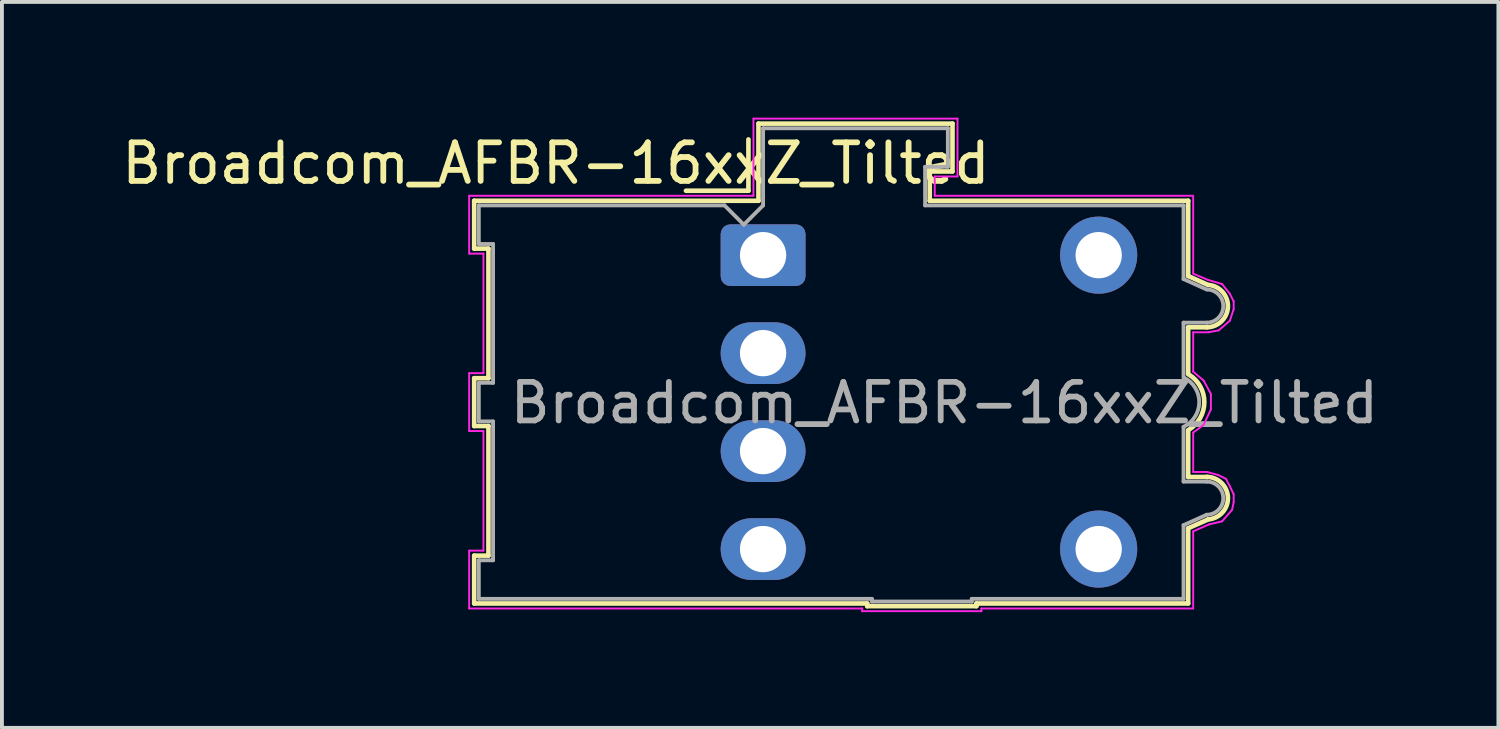
<source format=kicad_pcb>
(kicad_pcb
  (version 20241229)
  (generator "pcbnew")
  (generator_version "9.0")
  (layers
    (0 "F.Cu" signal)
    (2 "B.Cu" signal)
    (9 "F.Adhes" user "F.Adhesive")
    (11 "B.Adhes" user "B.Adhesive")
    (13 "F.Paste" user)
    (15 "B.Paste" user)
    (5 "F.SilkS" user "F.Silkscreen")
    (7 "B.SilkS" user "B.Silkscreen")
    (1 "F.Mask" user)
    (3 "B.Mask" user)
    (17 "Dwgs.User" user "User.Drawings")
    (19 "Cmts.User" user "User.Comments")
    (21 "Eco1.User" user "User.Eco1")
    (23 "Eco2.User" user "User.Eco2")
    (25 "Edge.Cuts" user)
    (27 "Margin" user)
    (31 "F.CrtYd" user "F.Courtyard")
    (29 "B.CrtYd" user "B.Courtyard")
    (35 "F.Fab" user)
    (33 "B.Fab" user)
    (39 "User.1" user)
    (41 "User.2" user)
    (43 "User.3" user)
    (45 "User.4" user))
  (footprint "Broadcom_AFBR-16xxZ_Tilted"
    (layer "F.Cu")
    (at 16.733 3.565)
    (property "Reference" "Broadcom_AFBR-16xxZ_Tilted" (at -5.37 -2.38 0) (layer "F.SilkS") (effects (font (size 1 1) (thickness 0.15))))
    (attr through_hole)
    (fp_line (start -7.49 -1.41) (end -0.12 -1.41) (stroke (width 0.12) (type solid)) (layer "F.SilkS"))
    (fp_line (start -7.49 -0.17) (end -7.49 -1.41) (stroke (width 0.12) (type solid)) (layer "F.SilkS"))
    (fp_line (start -7.49 3.19) (end -7.12 3.19) (stroke (width 0.12) (type solid)) (layer "F.SilkS"))
    (fp_line (start -7.49 4.43) (end -7.49 3.19) (stroke (width 0.12) (type solid)) (layer "F.SilkS"))
    (fp_line (start -7.49 7.79) (end -7.12 7.79) (stroke (width 0.12) (type solid)) (layer "F.SilkS"))
    (fp_line (start -7.49 9.03) (end -7.49 7.79) (stroke (width 0.12) (type solid)) (layer "F.SilkS"))
    (fp_line (start -7.12 -0.17) (end -7.49 -0.17) (stroke (width 0.12) (type solid)) (layer "F.SilkS"))
    (fp_line (start -7.12 3.19) (end -7.12 -0.17) (stroke (width 0.12) (type solid)) (layer "F.SilkS"))
    (fp_line (start -7.12 4.43) (end -7.49 4.43) (stroke (width 0.12) (type solid)) (layer "F.SilkS"))
    (fp_line (start -7.12 7.79) (end -7.12 4.43) (stroke (width 0.12) (type solid)) (layer "F.SilkS"))
    (fp_line (start -0.38 -3) (end -0.38 -1.67) (stroke (width 0.12) (type solid)) (layer "F.SilkS"))
    (fp_line (start -0.38 -1.67) (end -2 -1.67) (stroke (width 0.12) (type solid)) (layer "F.SilkS"))
    (fp_line (start -0.12 -3.41) (end 4.91 -3.41) (stroke (width 0.12) (type solid)) (layer "F.SilkS"))
    (fp_line (start -0.12 -1.41) (end -0.12 -3.41) (stroke (width 0.12) (type solid)) (layer "F.SilkS"))
    (fp_line (start 2.7 9.03) (end -7.49 9.03) (stroke (width 0.12) (type solid)) (layer "F.SilkS"))
    (fp_line (start 2.7 9.1) (end 2.7 9.03) (stroke (width 0.12) (type solid)) (layer "F.SilkS"))
    (fp_line (start 4.32 -2.17) (end 4.32 -1.41) (stroke (width 0.12) (type solid)) (layer "F.SilkS"))
    (fp_line (start 4.32 -1.41) (end 11.02 -1.41) (stroke (width 0.12) (type solid)) (layer "F.SilkS"))
    (fp_line (start 4.91 -3.41) (end 4.91 -2.17) (stroke (width 0.12) (type solid)) (layer "F.SilkS"))
    (fp_line (start 4.91 -2.17) (end 4.32 -2.17) (stroke (width 0.12) (type solid)) (layer "F.SilkS"))
    (fp_line (start 5.53 9.03) (end 5.53 9.1) (stroke (width 0.12) (type solid)) (layer "F.SilkS"))
    (fp_line (start 5.53 9.1) (end 2.7 9.1) (stroke (width 0.12) (type solid)) (layer "F.SilkS"))
    (fp_line (start 11.02 -1.41) (end 11.02 0.54) (stroke (width 0.12) (type solid)) (layer "F.SilkS"))
    (fp_line (start 11.02 0.54) (end 11.53 0.77) (stroke (width 0.12) (type solid)) (layer "F.SilkS"))
    (fp_line (start 11.02 1.87) (end 11.02 3.08) (stroke (width 0.12) (type solid)) (layer "F.SilkS"))
    (fp_line (start 11.02 4.54) (end 11.02 5.75) (stroke (width 0.12) (type solid)) (layer "F.SilkS"))
    (fp_line (start 11.02 5.75) (end 11.51 5.75) (stroke (width 0.12) (type solid)) (layer "F.SilkS"))
    (fp_line (start 11.02 7.08) (end 11.02 9.03) (stroke (width 0.12) (type solid)) (layer "F.SilkS"))
    (fp_line (start 11.02 9.03) (end 5.53 9.03) (stroke (width 0.12) (type solid)) (layer "F.SilkS"))
    (fp_line (start 11.51 1.87) (end 11.02 1.87) (stroke (width 0.12) (type solid)) (layer "F.SilkS"))
    (fp_line (start 11.54 6.85) (end 11.02 7.08) (stroke (width 0.12) (type solid)) (layer "F.SilkS"))
    (fp_arc (start 11.036042 3.093643) (mid 11.438622 3.813528) (end 11.03 4.53) (stroke (width 0.12) (type solid)) (layer "F.SilkS"))
    (fp_arc (start 11.5 5.748547) (mid 12.05109 6.279987) (end 11.54 6.85) (stroke (width 0.12) (type solid)) (layer "F.SilkS"))
    (fp_arc (start 11.539894 0.771449) (mid 12.049637 1.33996) (end 11.5 1.87) (stroke (width 0.12) (type solid)) (layer "F.SilkS"))
    (fp_line (start -7.62 -1.54) (end -0.25 -1.54) (stroke (width 0.05) (type solid)) (layer "F.CrtYd"))
    (fp_line (start -7.62 -0.04) (end -7.62 -1.54) (stroke (width 0.05) (type solid)) (layer "F.CrtYd"))
    (fp_line (start -7.62 3.06) (end -7.25 3.06) (stroke (width 0.05) (type solid)) (layer "F.CrtYd"))
    (fp_line (start -7.62 4.56) (end -7.62 3.06) (stroke (width 0.05) (type solid)) (layer "F.CrtYd"))
    (fp_line (start -7.62 7.66) (end -7.25 7.66) (stroke (width 0.05) (type solid)) (layer "F.CrtYd"))
    (fp_line (start -7.62 9.16) (end -7.62 7.66) (stroke (width 0.05) (type solid)) (layer "F.CrtYd"))
    (fp_line (start -7.25 -0.04) (end -7.62 -0.04) (stroke (width 0.05) (type solid)) (layer "F.CrtYd"))
    (fp_line (start -7.25 3.06) (end -7.25 -0.04) (stroke (width 0.05) (type solid)) (layer "F.CrtYd"))
    (fp_line (start -7.25 4.56) (end -7.62 4.56) (stroke (width 0.05) (type solid)) (layer "F.CrtYd"))
    (fp_line (start -7.25 7.66) (end -7.25 4.56) (stroke (width 0.05) (type solid)) (layer "F.CrtYd"))
    (fp_line (start -0.25 -3.54) (end 5.04 -3.54) (stroke (width 0.05) (type solid)) (layer "F.CrtYd"))
    (fp_line (start -0.25 -1.54) (end -0.25 -3.54) (stroke (width 0.05) (type solid)) (layer "F.CrtYd"))
    (fp_line (start 2.57 9.16) (end -7.62 9.16) (stroke (width 0.05) (type solid)) (layer "F.CrtYd"))
    (fp_line (start 2.57 9.23) (end 2.57 9.16) (stroke (width 0.05) (type solid)) (layer "F.CrtYd"))
    (fp_line (start 4.45 -1.54) (end 4.45 -2.04) (stroke (width 0.05) (type solid)) (layer "F.CrtYd"))
    (fp_line (start 4.45 -1.54) (end 11.15 -1.54) (stroke (width 0.05) (type solid)) (layer "F.CrtYd"))
    (fp_line (start 5.04 -3.54) (end 5.04 -2.04) (stroke (width 0.05) (type solid)) (layer "F.CrtYd"))
    (fp_line (start 5.04 -2.04) (end 4.45 -2.04) (stroke (width 0.05) (type solid)) (layer "F.CrtYd"))
    (fp_line (start 5.66 9.16) (end 5.66 9.23) (stroke (width 0.05) (type solid)) (layer "F.CrtYd"))
    (fp_line (start 5.66 9.23) (end 2.57 9.23) (stroke (width 0.05) (type solid)) (layer "F.CrtYd"))
    (fp_line (start 11.15 -1.51) (end 11.15 0.47) (stroke (width 0.05) (type solid)) (layer "F.CrtYd"))
    (fp_line (start 11.15 0.48) (end 11.53 0.64) (stroke (width 0.05) (type solid)) (layer "F.CrtYd"))
    (fp_line (start 11.15 2) (end 11.15 3.02) (stroke (width 0.05) (type solid)) (layer "F.CrtYd"))
    (fp_line (start 11.15 4.6) (end 11.15 5.62) (stroke (width 0.05) (type solid)) (layer "F.CrtYd"))
    (fp_line (start 11.15 4.6) (end 11.42 4.4) (stroke (width 0.05) (type solid)) (layer "F.CrtYd"))
    (fp_line (start 11.15 5.62) (end 11.51 5.62) (stroke (width 0.05) (type solid)) (layer "F.CrtYd"))
    (fp_line (start 11.15 7.16) (end 11.15 9.16) (stroke (width 0.05) (type solid)) (layer "F.CrtYd"))
    (fp_line (start 11.15 9.16) (end 5.66 9.16) (stroke (width 0.05) (type solid)) (layer "F.CrtYd"))
    (fp_line (start 11.42 3.25) (end 11.15 3.02) (stroke (width 0.05) (type solid)) (layer "F.CrtYd"))
    (fp_line (start 11.42 4.4) (end 11.61 4) (stroke (width 0.05) (type solid)) (layer "F.CrtYd"))
    (fp_line (start 11.54 2) (end 11.15 2) (stroke (width 0.05) (type solid)) (layer "F.CrtYd"))
    (fp_line (start 11.54 2) (end 11.81 1.95) (stroke (width 0.05) (type solid)) (layer "F.CrtYd"))
    (fp_line (start 11.56 6.98) (end 11.15 7.16) (stroke (width 0.05) (type solid)) (layer "F.CrtYd"))
    (fp_line (start 11.56 6.98) (end 11.9 6.9) (stroke (width 0.05) (type solid)) (layer "F.CrtYd"))
    (fp_line (start 11.61 3.6) (end 11.42 3.25) (stroke (width 0.05) (type solid)) (layer "F.CrtYd"))
    (fp_line (start 11.61 4) (end 11.61 3.6) (stroke (width 0.05) (type solid)) (layer "F.CrtYd"))
    (fp_line (start 11.8 5.7) (end 11.51 5.62) (stroke (width 0.05) (type solid)) (layer "F.CrtYd"))
    (fp_line (start 11.81 1.95) (end 12.1 1.7) (stroke (width 0.05) (type solid)) (layer "F.CrtYd"))
    (fp_line (start 11.9 0.75) (end 11.53 0.64) (stroke (width 0.05) (type solid)) (layer "F.CrtYd"))
    (fp_line (start 11.9 6.9) (end 12.16 6.6) (stroke (width 0.05) (type solid)) (layer "F.CrtYd"))
    (fp_line (start 12 5.8) (end 11.8 5.7) (stroke (width 0.05) (type solid)) (layer "F.CrtYd"))
    (fp_line (start 12.1 1) (end 11.9 0.75) (stroke (width 0.05) (type solid)) (layer "F.CrtYd"))
    (fp_line (start 12.1 1.7) (end 12.2 1.4) (stroke (width 0.05) (type solid)) (layer "F.CrtYd"))
    (fp_line (start 12.1 5.99) (end 12 5.8) (stroke (width 0.05) (type solid)) (layer "F.CrtYd"))
    (fp_line (start 12.16 6.6) (end 12.2 6.4) (stroke (width 0.05) (type solid)) (layer "F.CrtYd"))
    (fp_line (start 12.2 1.2) (end 12.1 1) (stroke (width 0.05) (type solid)) (layer "F.CrtYd"))
    (fp_line (start 12.2 1.4) (end 12.2 1.2) (stroke (width 0.05) (type solid)) (layer "F.CrtYd"))
    (fp_line (start 12.2 6.2) (end 12.1 5.99) (stroke (width 0.05) (type solid)) (layer "F.CrtYd"))
    (fp_line (start 12.2 6.4) (end 12.2 6.2) (stroke (width 0.05) (type solid)) (layer "F.CrtYd"))
    (fp_line (start -7.37 -1.29) (end -7.37 -0.29) (stroke (width 0.1) (type solid)) (layer "F.Fab"))
    (fp_line (start -7.37 -0.29) (end -7 -0.29) (stroke (width 0.1) (type solid)) (layer "F.Fab"))
    (fp_line (start -7.37 3.31) (end -7.37 4.31) (stroke (width 0.1) (type solid)) (layer "F.Fab"))
    (fp_line (start -7.37 4.31) (end -7 4.31) (stroke (width 0.1) (type solid)) (layer "F.Fab"))
    (fp_line (start -7.37 7.91) (end -7.37 8.91) (stroke (width 0.1) (type solid)) (layer "F.Fab"))
    (fp_line (start -7.37 8.91) (end 2.82 8.91) (stroke (width 0.1) (type solid)) (layer "F.Fab"))
    (fp_line (start -7 -0.29) (end -7 3.31) (stroke (width 0.1) (type solid)) (layer "F.Fab"))
    (fp_line (start -7 3.31) (end -7.37 3.31) (stroke (width 0.1) (type solid)) (layer "F.Fab"))
    (fp_line (start -7 4.31) (end -7 7.91) (stroke (width 0.1) (type solid)) (layer "F.Fab"))
    (fp_line (start -7 7.91) (end -7.37 7.91) (stroke (width 0.1) (type solid)) (layer "F.Fab"))
    (fp_line (start -1 -1.29) (end -7.37 -1.29) (stroke (width 0.1) (type solid)) (layer "F.Fab"))
    (fp_line (start -1 -1.29) (end -0.5 -0.79) (stroke (width 0.1) (type solid)) (layer "F.Fab"))
    (fp_line (start -0.5 -0.79) (end 0 -1.29) (stroke (width 0.1) (type solid)) (layer "F.Fab"))
    (fp_line (start 0 -3.29) (end 0 -1.29) (stroke (width 0.1) (type solid)) (layer "F.Fab"))
    (fp_line (start 2.82 8.91) (end 2.82 8.98) (stroke (width 0.1) (type solid)) (layer "F.Fab"))
    (fp_line (start 2.82 8.98) (end 5.41 8.98) (stroke (width 0.1) (type solid)) (layer "F.Fab"))
    (fp_line (start 4.2 -2.29) (end 4.79 -2.29) (stroke (width 0.1) (type solid)) (layer "F.Fab"))
    (fp_line (start 4.2 -1.29) (end 4.2 -2.29) (stroke (width 0.1) (type solid)) (layer "F.Fab"))
    (fp_line (start 4.79 -3.29) (end 0 -3.29) (stroke (width 0.1) (type solid)) (layer "F.Fab"))
    (fp_line (start 4.79 -3.29) (end 4.79 -2.29) (stroke (width 0.1) (type solid)) (layer "F.Fab"))
    (fp_line (start 5.41 8.91) (end 10.9 8.91) (stroke (width 0.1) (type solid)) (layer "F.Fab"))
    (fp_line (start 5.41 8.98) (end 5.41 8.91) (stroke (width 0.1) (type solid)) (layer "F.Fab"))
    (fp_line (start 10.9 -1.29) (end 4.2 -1.29) (stroke (width 0.1) (type solid)) (layer "F.Fab"))
    (fp_line (start 10.9 0.62) (end 10.9 -1.29) (stroke (width 0.1) (type solid)) (layer "F.Fab"))
    (fp_line (start 10.9 1.75) (end 11.51 1.75) (stroke (width 0.1) (type solid)) (layer "F.Fab"))
    (fp_line (start 10.9 3.18) (end 10.9 1.75) (stroke (width 0.1) (type solid)) (layer "F.Fab"))
    (fp_line (start 10.9 5.87) (end 10.9 4.45) (stroke (width 0.1) (type solid)) (layer "F.Fab"))
    (fp_line (start 10.9 7) (end 11.5 6.73) (stroke (width 0.1) (type solid)) (layer "F.Fab"))
    (fp_line (start 10.9 8.91) (end 10.9 7) (stroke (width 0.1) (type solid)) (layer "F.Fab"))
    (fp_line (start 11.5 0.89) (end 10.9 0.62) (stroke (width 0.1) (type solid)) (layer "F.Fab"))
    (fp_line (start 11.51 5.87) (end 10.9 5.87) (stroke (width 0.1) (type solid)) (layer "F.Fab"))
    (fp_arc (start 10.912068 3.175797) (mid 11.306792 3.816694) (end 10.9 4.45) (stroke (width 0.1) (type solid)) (layer "F.Fab"))
    (fp_arc (start 11.5 5.87) (mid 11.93 6.3) (end 11.5 6.73) (stroke (width 0.1) (type solid)) (layer "F.Fab"))
    (fp_arc (start 11.509756 0.890111) (mid 11.929972 1.324878) (end 11.5 1.75) (stroke (width 0.1) (type solid)) (layer "F.Fab"))
    (fp_text user "${REFERENCE}" (at 4.7 3.83 0) (layer "F.Fab") (effects (font (size 1 1) (thickness 0.15))))
    (pad "1" thru_hole roundrect (at 0 0) (size 2.2 1.6) (drill 1.2) (layers "*.Cu" "*.Mask") (roundrect_rratio 0.156))
    (pad "2" thru_hole oval (at 0 2.54) (size 2.2 1.6) (drill 1.2) (layers "*.Cu" "*.Mask"))
    (pad "3" thru_hole oval (at 0 5.08) (size 2.2 1.6) (drill 1.2) (layers "*.Cu" "*.Mask"))
    (pad "4" thru_hole oval (at 0 7.62) (size 2.2 1.6) (drill 1.2) (layers "*.Cu" "*.Mask"))
    (pad "5" thru_hole circle (at 8.7 7.62) (size 2 2) (drill 1.2) (layers "*.Cu" "*.Mask"))
    (pad "8" thru_hole circle (at 8.7 0) (size 2 2) (drill 1.2) (layers "*.Cu" "*.Mask")))
  (gr_rect
    (start -3 -3)
    (end 35.796 15.82)
    (stroke (width 0.1) (type default))
    (fill no)
    (layer "Edge.Cuts")))
</source>
